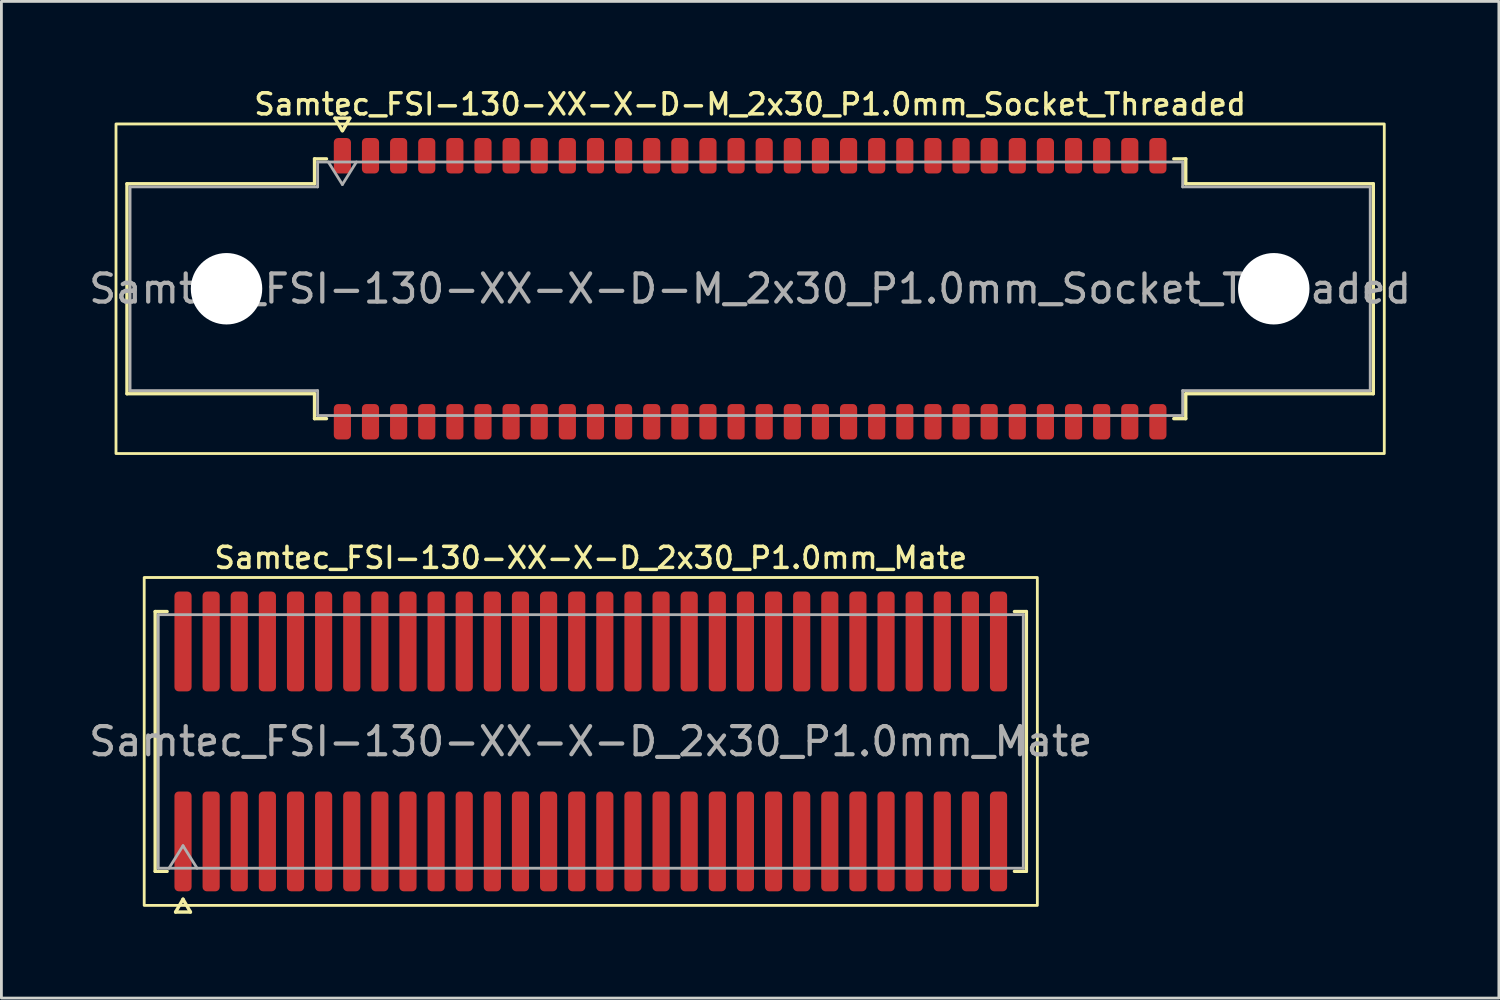
<source format=kicad_pcb>
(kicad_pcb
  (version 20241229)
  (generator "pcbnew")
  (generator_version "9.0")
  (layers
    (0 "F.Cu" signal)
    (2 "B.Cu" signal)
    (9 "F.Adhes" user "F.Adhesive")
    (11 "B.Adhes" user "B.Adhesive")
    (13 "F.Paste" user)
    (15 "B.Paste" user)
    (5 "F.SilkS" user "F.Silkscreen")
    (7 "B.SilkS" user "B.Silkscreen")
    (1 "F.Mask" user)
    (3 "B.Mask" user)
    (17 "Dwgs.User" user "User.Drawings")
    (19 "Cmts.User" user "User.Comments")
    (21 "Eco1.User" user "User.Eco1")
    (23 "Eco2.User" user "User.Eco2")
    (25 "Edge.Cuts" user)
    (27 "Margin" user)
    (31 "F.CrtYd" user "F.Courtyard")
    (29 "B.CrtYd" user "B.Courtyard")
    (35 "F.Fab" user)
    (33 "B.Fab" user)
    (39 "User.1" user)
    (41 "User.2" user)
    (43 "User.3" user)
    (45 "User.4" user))
  (footprint "Samtec_FSI-130-XX-X-D-M_2x30_P1.0mm_Socket_Threaded"
    (layer "F.Cu")
    (at 23.625 7.218)
    (property "Reference" "Samtec_FSI-130-XX-X-D-M_2x30_P1.0mm_Socket_Threaded" (at 0 -6.56 0) (layer "F.SilkS") (effects (font (size 0.75 0.75) (thickness 0.125))))
    (attr smd)
    (fp_line (start -22.16 -3.733) (end -15.49 -3.733) (stroke (width 0.12) (type solid)) (layer "F.SilkS"))
    (fp_line (start -22.16 3.733) (end -22.16 -3.733) (stroke (width 0.12) (type solid)) (layer "F.SilkS"))
    (fp_line (start -15.49 -4.619) (end -15.065 -4.619) (stroke (width 0.12) (type solid)) (layer "F.SilkS"))
    (fp_line (start -15.49 -3.733) (end -15.49 -4.619) (stroke (width 0.12) (type solid)) (layer "F.SilkS"))
    (fp_line (start -15.49 3.733) (end -22.16 3.733) (stroke (width 0.12) (type solid)) (layer "F.SilkS"))
    (fp_line (start -15.49 4.619) (end -15.49 3.733) (stroke (width 0.12) (type solid)) (layer "F.SilkS"))
    (fp_line (start -15.065 4.619) (end -15.49 4.619) (stroke (width 0.12) (type solid)) (layer "F.SilkS"))
    (fp_line (start -14.764 -6.066) (end -14.507 -5.62) (stroke (width 0.12) (type solid)) (layer "F.SilkS"))
    (fp_line (start -14.493 -5.62) (end -14.236 -6.066) (stroke (width 0.12) (type solid)) (layer "F.SilkS"))
    (fp_line (start -14.236 -6.066) (end -14.764 -6.066) (stroke (width 0.12) (type solid)) (layer "F.SilkS"))
    (fp_line (start 15.065 -4.619) (end 15.49 -4.619) (stroke (width 0.12) (type solid)) (layer "F.SilkS"))
    (fp_line (start 15.49 -4.619) (end 15.49 -3.733) (stroke (width 0.12) (type solid)) (layer "F.SilkS"))
    (fp_line (start 15.49 -3.733) (end 22.16 -3.733) (stroke (width 0.12) (type solid)) (layer "F.SilkS"))
    (fp_line (start 15.49 3.733) (end 15.49 4.619) (stroke (width 0.12) (type solid)) (layer "F.SilkS"))
    (fp_line (start 15.49 4.619) (end 15.065 4.619) (stroke (width 0.12) (type solid)) (layer "F.SilkS"))
    (fp_line (start 22.16 -3.733) (end 22.16 3.733) (stroke (width 0.12) (type solid)) (layer "F.SilkS"))
    (fp_line (start 22.16 3.733) (end 15.49 3.733) (stroke (width 0.12) (type solid)) (layer "F.SilkS"))
    (fp_rect (start -22.55 -5.86) (end 22.55 5.86) (stroke (width 0.1) (type solid)) (fill no) (layer "F.SilkS"))
    (fp_line (start -22.05 -3.623) (end -15.38 -3.623) (stroke (width 0.1) (type solid)) (layer "F.Fab"))
    (fp_line (start -22.05 3.623) (end -22.05 -3.623) (stroke (width 0.1) (type solid)) (layer "F.Fab"))
    (fp_line (start -15.38 -4.508) (end 15.38 -4.508) (stroke (width 0.1) (type solid)) (layer "F.Fab"))
    (fp_line (start -15.38 -3.623) (end -15.38 -4.508) (stroke (width 0.1) (type solid)) (layer "F.Fab"))
    (fp_line (start -15.38 3.623) (end -22.05 3.623) (stroke (width 0.1) (type solid)) (layer "F.Fab"))
    (fp_line (start -15.38 4.508) (end -15.38 3.623) (stroke (width 0.1) (type solid)) (layer "F.Fab"))
    (fp_line (start -15 -4.508) (end -14.5 -3.708) (stroke (width 0.1) (type solid)) (layer "F.Fab"))
    (fp_line (start -14.5 -3.708) (end -14 -4.508) (stroke (width 0.1) (type solid)) (layer "F.Fab"))
    (fp_line (start 15.38 -4.508) (end 15.38 -3.623) (stroke (width 0.1) (type solid)) (layer "F.Fab"))
    (fp_line (start 15.38 -3.623) (end 22.05 -3.623) (stroke (width 0.1) (type solid)) (layer "F.Fab"))
    (fp_line (start 15.38 3.623) (end 15.38 4.508) (stroke (width 0.1) (type solid)) (layer "F.Fab"))
    (fp_line (start 15.38 4.508) (end -15.38 4.508) (stroke (width 0.1) (type solid)) (layer "F.Fab"))
    (fp_line (start 22.05 -3.623) (end 22.05 3.623) (stroke (width 0.1) (type solid)) (layer "F.Fab"))
    (fp_line (start 22.05 3.623) (end 15.38 3.623) (stroke (width 0.1) (type solid)) (layer "F.Fab"))
    (fp_text user "${REFERENCE}" (at 0 0 0) (layer "F.Fab") (effects (font (size 1 1) (thickness 0.15))))
    (pad "" np_thru_hole circle (at -18.62 0) (size 2.54 2.54) (drill 2.54) (layers "*.Cu" "*.Mask"))
    (pad "" np_thru_hole circle (at 18.62 0) (size 2.54 2.54) (drill 2.54) (layers "*.Cu" "*.Mask"))
    (pad "1" smd roundrect (at -14.5 -4.73) (size 0.61 1.26) (layers "F.Cu" "F.Mask" "F.Paste") (roundrect_rratio 0.25))
    (pad "2" smd roundrect (at -14.5 4.73) (size 0.61 1.26) (layers "F.Cu" "F.Mask" "F.Paste") (roundrect_rratio 0.25))
    (pad "3" smd roundrect (at -13.5 -4.73) (size 0.61 1.26) (layers "F.Cu" "F.Mask" "F.Paste") (roundrect_rratio 0.25))
    (pad "4" smd roundrect (at -13.5 4.73) (size 0.61 1.26) (layers "F.Cu" "F.Mask" "F.Paste") (roundrect_rratio 0.25))
    (pad "5" smd roundrect (at -12.5 -4.73) (size 0.61 1.26) (layers "F.Cu" "F.Mask" "F.Paste") (roundrect_rratio 0.25))
    (pad "6" smd roundrect (at -12.5 4.73) (size 0.61 1.26) (layers "F.Cu" "F.Mask" "F.Paste") (roundrect_rratio 0.25))
    (pad "7" smd roundrect (at -11.5 -4.73) (size 0.61 1.26) (layers "F.Cu" "F.Mask" "F.Paste") (roundrect_rratio 0.25))
    (pad "8" smd roundrect (at -11.5 4.73) (size 0.61 1.26) (layers "F.Cu" "F.Mask" "F.Paste") (roundrect_rratio 0.25))
    (pad "9" smd roundrect (at -10.5 -4.73) (size 0.61 1.26) (layers "F.Cu" "F.Mask" "F.Paste") (roundrect_rratio 0.25))
    (pad "10" smd roundrect (at -10.5 4.73) (size 0.61 1.26) (layers "F.Cu" "F.Mask" "F.Paste") (roundrect_rratio 0.25))
    (pad "11" smd roundrect (at -9.5 -4.73) (size 0.61 1.26) (layers "F.Cu" "F.Mask" "F.Paste") (roundrect_rratio 0.25))
    (pad "12" smd roundrect (at -9.5 4.73) (size 0.61 1.26) (layers "F.Cu" "F.Mask" "F.Paste") (roundrect_rratio 0.25))
    (pad "13" smd roundrect (at -8.5 -4.73) (size 0.61 1.26) (layers "F.Cu" "F.Mask" "F.Paste") (roundrect_rratio 0.25))
    (pad "14" smd roundrect (at -8.5 4.73) (size 0.61 1.26) (layers "F.Cu" "F.Mask" "F.Paste") (roundrect_rratio 0.25))
    (pad "15" smd roundrect (at -7.5 -4.73) (size 0.61 1.26) (layers "F.Cu" "F.Mask" "F.Paste") (roundrect_rratio 0.25))
    (pad "16" smd roundrect (at -7.5 4.73) (size 0.61 1.26) (layers "F.Cu" "F.Mask" "F.Paste") (roundrect_rratio 0.25))
    (pad "17" smd roundrect (at -6.5 -4.73) (size 0.61 1.26) (layers "F.Cu" "F.Mask" "F.Paste") (roundrect_rratio 0.25))
    (pad "18" smd roundrect (at -6.5 4.73) (size 0.61 1.26) (layers "F.Cu" "F.Mask" "F.Paste") (roundrect_rratio 0.25))
    (pad "19" smd roundrect (at -5.5 -4.73) (size 0.61 1.26) (layers "F.Cu" "F.Mask" "F.Paste") (roundrect_rratio 0.25))
    (pad "20" smd roundrect (at -5.5 4.73) (size 0.61 1.26) (layers "F.Cu" "F.Mask" "F.Paste") (roundrect_rratio 0.25))
    (pad "21" smd roundrect (at -4.5 -4.73) (size 0.61 1.26) (layers "F.Cu" "F.Mask" "F.Paste") (roundrect_rratio 0.25))
    (pad "22" smd roundrect (at -4.5 4.73) (size 0.61 1.26) (layers "F.Cu" "F.Mask" "F.Paste") (roundrect_rratio 0.25))
    (pad "23" smd roundrect (at -3.5 -4.73) (size 0.61 1.26) (layers "F.Cu" "F.Mask" "F.Paste") (roundrect_rratio 0.25))
    (pad "24" smd roundrect (at -3.5 4.73) (size 0.61 1.26) (layers "F.Cu" "F.Mask" "F.Paste") (roundrect_rratio 0.25))
    (pad "25" smd roundrect (at -2.5 -4.73) (size 0.61 1.26) (layers "F.Cu" "F.Mask" "F.Paste") (roundrect_rratio 0.25))
    (pad "26" smd roundrect (at -2.5 4.73) (size 0.61 1.26) (layers "F.Cu" "F.Mask" "F.Paste") (roundrect_rratio 0.25))
    (pad "27" smd roundrect (at -1.5 -4.73) (size 0.61 1.26) (layers "F.Cu" "F.Mask" "F.Paste") (roundrect_rratio 0.25))
    (pad "28" smd roundrect (at -1.5 4.73) (size 0.61 1.26) (layers "F.Cu" "F.Mask" "F.Paste") (roundrect_rratio 0.25))
    (pad "29" smd roundrect (at -0.5 -4.73) (size 0.61 1.26) (layers "F.Cu" "F.Mask" "F.Paste") (roundrect_rratio 0.25))
    (pad "30" smd roundrect (at -0.5 4.73) (size 0.61 1.26) (layers "F.Cu" "F.Mask" "F.Paste") (roundrect_rratio 0.25))
    (pad "31" smd roundrect (at 0.5 -4.73) (size 0.61 1.26) (layers "F.Cu" "F.Mask" "F.Paste") (roundrect_rratio 0.25))
    (pad "32" smd roundrect (at 0.5 4.73) (size 0.61 1.26) (layers "F.Cu" "F.Mask" "F.Paste") (roundrect_rratio 0.25))
    (pad "33" smd roundrect (at 1.5 -4.73) (size 0.61 1.26) (layers "F.Cu" "F.Mask" "F.Paste") (roundrect_rratio 0.25))
    (pad "34" smd roundrect (at 1.5 4.73) (size 0.61 1.26) (layers "F.Cu" "F.Mask" "F.Paste") (roundrect_rratio 0.25))
    (pad "35" smd roundrect (at 2.5 -4.73) (size 0.61 1.26) (layers "F.Cu" "F.Mask" "F.Paste") (roundrect_rratio 0.25))
    (pad "36" smd roundrect (at 2.5 4.73) (size 0.61 1.26) (layers "F.Cu" "F.Mask" "F.Paste") (roundrect_rratio 0.25))
    (pad "37" smd roundrect (at 3.5 -4.73) (size 0.61 1.26) (layers "F.Cu" "F.Mask" "F.Paste") (roundrect_rratio 0.25))
    (pad "38" smd roundrect (at 3.5 4.73) (size 0.61 1.26) (layers "F.Cu" "F.Mask" "F.Paste") (roundrect_rratio 0.25))
    (pad "39" smd roundrect (at 4.5 -4.73) (size 0.61 1.26) (layers "F.Cu" "F.Mask" "F.Paste") (roundrect_rratio 0.25))
    (pad "40" smd roundrect (at 4.5 4.73) (size 0.61 1.26) (layers "F.Cu" "F.Mask" "F.Paste") (roundrect_rratio 0.25))
    (pad "41" smd roundrect (at 5.5 -4.73) (size 0.61 1.26) (layers "F.Cu" "F.Mask" "F.Paste") (roundrect_rratio 0.25))
    (pad "42" smd roundrect (at 5.5 4.73) (size 0.61 1.26) (layers "F.Cu" "F.Mask" "F.Paste") (roundrect_rratio 0.25))
    (pad "43" smd roundrect (at 6.5 -4.73) (size 0.61 1.26) (layers "F.Cu" "F.Mask" "F.Paste") (roundrect_rratio 0.25))
    (pad "44" smd roundrect (at 6.5 4.73) (size 0.61 1.26) (layers "F.Cu" "F.Mask" "F.Paste") (roundrect_rratio 0.25))
    (pad "45" smd roundrect (at 7.5 -4.73) (size 0.61 1.26) (layers "F.Cu" "F.Mask" "F.Paste") (roundrect_rratio 0.25))
    (pad "46" smd roundrect (at 7.5 4.73) (size 0.61 1.26) (layers "F.Cu" "F.Mask" "F.Paste") (roundrect_rratio 0.25))
    (pad "47" smd roundrect (at 8.5 -4.73) (size 0.61 1.26) (layers "F.Cu" "F.Mask" "F.Paste") (roundrect_rratio 0.25))
    (pad "48" smd roundrect (at 8.5 4.73) (size 0.61 1.26) (layers "F.Cu" "F.Mask" "F.Paste") (roundrect_rratio 0.25))
    (pad "49" smd roundrect (at 9.5 -4.73) (size 0.61 1.26) (layers "F.Cu" "F.Mask" "F.Paste") (roundrect_rratio 0.25))
    (pad "50" smd roundrect (at 9.5 4.73) (size 0.61 1.26) (layers "F.Cu" "F.Mask" "F.Paste") (roundrect_rratio 0.25))
    (pad "51" smd roundrect (at 10.5 -4.73) (size 0.61 1.26) (layers "F.Cu" "F.Mask" "F.Paste") (roundrect_rratio 0.25))
    (pad "52" smd roundrect (at 10.5 4.73) (size 0.61 1.26) (layers "F.Cu" "F.Mask" "F.Paste") (roundrect_rratio 0.25))
    (pad "53" smd roundrect (at 11.5 -4.73) (size 0.61 1.26) (layers "F.Cu" "F.Mask" "F.Paste") (roundrect_rratio 0.25))
    (pad "54" smd roundrect (at 11.5 4.73) (size 0.61 1.26) (layers "F.Cu" "F.Mask" "F.Paste") (roundrect_rratio 0.25))
    (pad "55" smd roundrect (at 12.5 -4.73) (size 0.61 1.26) (layers "F.Cu" "F.Mask" "F.Paste") (roundrect_rratio 0.25))
    (pad "56" smd roundrect (at 12.5 4.73) (size 0.61 1.26) (layers "F.Cu" "F.Mask" "F.Paste") (roundrect_rratio 0.25))
    (pad "57" smd roundrect (at 13.5 -4.73) (size 0.61 1.26) (layers "F.Cu" "F.Mask" "F.Paste") (roundrect_rratio 0.25))
    (pad "58" smd roundrect (at 13.5 4.73) (size 0.61 1.26) (layers "F.Cu" "F.Mask" "F.Paste") (roundrect_rratio 0.25))
    (pad "59" smd roundrect (at 14.5 -4.73) (size 0.61 1.26) (layers "F.Cu" "F.Mask" "F.Paste") (roundrect_rratio 0.25))
    (pad "60" smd roundrect (at 14.5 4.73) (size 0.61 1.26) (layers "F.Cu" "F.Mask" "F.Paste") (roundrect_rratio 0.25)))
  (footprint "Samtec_FSI-130-XX-X-D_2x30_P1.0mm_Mate"
    (layer "F.Cu")
    (at 17.958 23.316)
    (property "Reference" "Samtec_FSI-130-XX-X-D_2x30_P1.0mm_Mate" (at 0 -6.53 0) (layer "F.SilkS") (effects (font (size 0.75 0.75) (thickness 0.125))))
    (attr exclude_from_pos_files exclude_from_bom)
    (fp_line (start -15.49 -4.619) (end -15.065 -4.619) (stroke (width 0.12) (type solid)) (layer "F.SilkS"))
    (fp_line (start -15.49 4.619) (end -15.49 -4.619) (stroke (width 0.12) (type solid)) (layer "F.SilkS"))
    (fp_line (start -15.065 4.619) (end -15.49 4.619) (stroke (width 0.12) (type solid)) (layer "F.SilkS"))
    (fp_line (start -14.764 6.066) (end -14.5 5.609) (stroke (width 0.12) (type solid)) (layer "F.SilkS"))
    (fp_line (start -14.5 5.609) (end -14.236 6.066) (stroke (width 0.12) (type solid)) (layer "F.SilkS"))
    (fp_line (start -14.236 6.066) (end -14.764 6.066) (stroke (width 0.12) (type solid)) (layer "F.SilkS"))
    (fp_line (start 15.065 -4.619) (end 15.49 -4.619) (stroke (width 0.12) (type solid)) (layer "F.SilkS"))
    (fp_line (start 15.49 -4.619) (end 15.49 4.619) (stroke (width 0.12) (type solid)) (layer "F.SilkS"))
    (fp_line (start 15.49 4.619) (end 15.065 4.619) (stroke (width 0.12) (type solid)) (layer "F.SilkS"))
    (fp_rect (start -15.88 -5.83) (end 15.88 5.83) (stroke (width 0.1) (type solid)) (fill no) (layer "F.SilkS"))
    (fp_line (start -15.38 -4.508) (end 15.38 -4.508) (stroke (width 0.1) (type solid)) (layer "F.Fab"))
    (fp_line (start -15.38 4.508) (end -15.38 -4.508) (stroke (width 0.1) (type solid)) (layer "F.Fab"))
    (fp_line (start -15 4.508) (end -14.5 3.708) (stroke (width 0.1) (type solid)) (layer "F.Fab"))
    (fp_line (start -14.5 3.708) (end -14 4.508) (stroke (width 0.1) (type solid)) (layer "F.Fab"))
    (fp_line (start 15.38 -4.508) (end 15.38 4.508) (stroke (width 0.1) (type solid)) (layer "F.Fab"))
    (fp_line (start 15.38 4.508) (end -15.38 4.508) (stroke (width 0.1) (type solid)) (layer "F.Fab"))
    (fp_text user "${REFERENCE}" (at 0 0 0) (layer "F.Fab") (effects (font (size 1 1) (thickness 0.15))))
    (pad "1" smd roundrect (at -14.5 3.555) (size 0.61 3.55) (layers "F.Cu" "F.Mask") (roundrect_rratio 0.25))
    (pad "2" smd roundrect (at -14.5 -3.555) (size 0.61 3.55) (layers "F.Cu" "F.Mask") (roundrect_rratio 0.25))
    (pad "3" smd roundrect (at -13.5 3.555) (size 0.61 3.55) (layers "F.Cu" "F.Mask") (roundrect_rratio 0.25))
    (pad "4" smd roundrect (at -13.5 -3.555) (size 0.61 3.55) (layers "F.Cu" "F.Mask") (roundrect_rratio 0.25))
    (pad "5" smd roundrect (at -12.5 3.555) (size 0.61 3.55) (layers "F.Cu" "F.Mask") (roundrect_rratio 0.25))
    (pad "6" smd roundrect (at -12.5 -3.555) (size 0.61 3.55) (layers "F.Cu" "F.Mask") (roundrect_rratio 0.25))
    (pad "7" smd roundrect (at -11.5 3.555) (size 0.61 3.55) (layers "F.Cu" "F.Mask") (roundrect_rratio 0.25))
    (pad "8" smd roundrect (at -11.5 -3.555) (size 0.61 3.55) (layers "F.Cu" "F.Mask") (roundrect_rratio 0.25))
    (pad "9" smd roundrect (at -10.5 3.555) (size 0.61 3.55) (layers "F.Cu" "F.Mask") (roundrect_rratio 0.25))
    (pad "10" smd roundrect (at -10.5 -3.555) (size 0.61 3.55) (layers "F.Cu" "F.Mask") (roundrect_rratio 0.25))
    (pad "11" smd roundrect (at -9.5 3.555) (size 0.61 3.55) (layers "F.Cu" "F.Mask") (roundrect_rratio 0.25))
    (pad "12" smd roundrect (at -9.5 -3.555) (size 0.61 3.55) (layers "F.Cu" "F.Mask") (roundrect_rratio 0.25))
    (pad "13" smd roundrect (at -8.5 3.555) (size 0.61 3.55) (layers "F.Cu" "F.Mask") (roundrect_rratio 0.25))
    (pad "14" smd roundrect (at -8.5 -3.555) (size 0.61 3.55) (layers "F.Cu" "F.Mask") (roundrect_rratio 0.25))
    (pad "15" smd roundrect (at -7.5 3.555) (size 0.61 3.55) (layers "F.Cu" "F.Mask") (roundrect_rratio 0.25))
    (pad "16" smd roundrect (at -7.5 -3.555) (size 0.61 3.55) (layers "F.Cu" "F.Mask") (roundrect_rratio 0.25))
    (pad "17" smd roundrect (at -6.5 3.555) (size 0.61 3.55) (layers "F.Cu" "F.Mask") (roundrect_rratio 0.25))
    (pad "18" smd roundrect (at -6.5 -3.555) (size 0.61 3.55) (layers "F.Cu" "F.Mask") (roundrect_rratio 0.25))
    (pad "19" smd roundrect (at -5.5 3.555) (size 0.61 3.55) (layers "F.Cu" "F.Mask") (roundrect_rratio 0.25))
    (pad "20" smd roundrect (at -5.5 -3.555) (size 0.61 3.55) (layers "F.Cu" "F.Mask") (roundrect_rratio 0.25))
    (pad "21" smd roundrect (at -4.5 3.555) (size 0.61 3.55) (layers "F.Cu" "F.Mask") (roundrect_rratio 0.25))
    (pad "22" smd roundrect (at -4.5 -3.555) (size 0.61 3.55) (layers "F.Cu" "F.Mask") (roundrect_rratio 0.25))
    (pad "23" smd roundrect (at -3.5 3.555) (size 0.61 3.55) (layers "F.Cu" "F.Mask") (roundrect_rratio 0.25))
    (pad "24" smd roundrect (at -3.5 -3.555) (size 0.61 3.55) (layers "F.Cu" "F.Mask") (roundrect_rratio 0.25))
    (pad "25" smd roundrect (at -2.5 3.555) (size 0.61 3.55) (layers "F.Cu" "F.Mask") (roundrect_rratio 0.25))
    (pad "26" smd roundrect (at -2.5 -3.555) (size 0.61 3.55) (layers "F.Cu" "F.Mask") (roundrect_rratio 0.25))
    (pad "27" smd roundrect (at -1.5 3.555) (size 0.61 3.55) (layers "F.Cu" "F.Mask") (roundrect_rratio 0.25))
    (pad "28" smd roundrect (at -1.5 -3.555) (size 0.61 3.55) (layers "F.Cu" "F.Mask") (roundrect_rratio 0.25))
    (pad "29" smd roundrect (at -0.5 3.555) (size 0.61 3.55) (layers "F.Cu" "F.Mask") (roundrect_rratio 0.25))
    (pad "30" smd roundrect (at -0.5 -3.555) (size 0.61 3.55) (layers "F.Cu" "F.Mask") (roundrect_rratio 0.25))
    (pad "31" smd roundrect (at 0.5 3.555) (size 0.61 3.55) (layers "F.Cu" "F.Mask") (roundrect_rratio 0.25))
    (pad "32" smd roundrect (at 0.5 -3.555) (size 0.61 3.55) (layers "F.Cu" "F.Mask") (roundrect_rratio 0.25))
    (pad "33" smd roundrect (at 1.5 3.555) (size 0.61 3.55) (layers "F.Cu" "F.Mask") (roundrect_rratio 0.25))
    (pad "34" smd roundrect (at 1.5 -3.555) (size 0.61 3.55) (layers "F.Cu" "F.Mask") (roundrect_rratio 0.25))
    (pad "35" smd roundrect (at 2.5 3.555) (size 0.61 3.55) (layers "F.Cu" "F.Mask") (roundrect_rratio 0.25))
    (pad "36" smd roundrect (at 2.5 -3.555) (size 0.61 3.55) (layers "F.Cu" "F.Mask") (roundrect_rratio 0.25))
    (pad "37" smd roundrect (at 3.5 3.555) (size 0.61 3.55) (layers "F.Cu" "F.Mask") (roundrect_rratio 0.25))
    (pad "38" smd roundrect (at 3.5 -3.555) (size 0.61 3.55) (layers "F.Cu" "F.Mask") (roundrect_rratio 0.25))
    (pad "39" smd roundrect (at 4.5 3.555) (size 0.61 3.55) (layers "F.Cu" "F.Mask") (roundrect_rratio 0.25))
    (pad "40" smd roundrect (at 4.5 -3.555) (size 0.61 3.55) (layers "F.Cu" "F.Mask") (roundrect_rratio 0.25))
    (pad "41" smd roundrect (at 5.5 3.555) (size 0.61 3.55) (layers "F.Cu" "F.Mask") (roundrect_rratio 0.25))
    (pad "42" smd roundrect (at 5.5 -3.555) (size 0.61 3.55) (layers "F.Cu" "F.Mask") (roundrect_rratio 0.25))
    (pad "43" smd roundrect (at 6.5 3.555) (size 0.61 3.55) (layers "F.Cu" "F.Mask") (roundrect_rratio 0.25))
    (pad "44" smd roundrect (at 6.5 -3.555) (size 0.61 3.55) (layers "F.Cu" "F.Mask") (roundrect_rratio 0.25))
    (pad "45" smd roundrect (at 7.5 3.555) (size 0.61 3.55) (layers "F.Cu" "F.Mask") (roundrect_rratio 0.25))
    (pad "46" smd roundrect (at 7.5 -3.555) (size 0.61 3.55) (layers "F.Cu" "F.Mask") (roundrect_rratio 0.25))
    (pad "47" smd roundrect (at 8.5 3.555) (size 0.61 3.55) (layers "F.Cu" "F.Mask") (roundrect_rratio 0.25))
    (pad "48" smd roundrect (at 8.5 -3.555) (size 0.61 3.55) (layers "F.Cu" "F.Mask") (roundrect_rratio 0.25))
    (pad "49" smd roundrect (at 9.5 3.555) (size 0.61 3.55) (layers "F.Cu" "F.Mask") (roundrect_rratio 0.25))
    (pad "50" smd roundrect (at 9.5 -3.555) (size 0.61 3.55) (layers "F.Cu" "F.Mask") (roundrect_rratio 0.25))
    (pad "51" smd roundrect (at 10.5 3.555) (size 0.61 3.55) (layers "F.Cu" "F.Mask") (roundrect_rratio 0.25))
    (pad "52" smd roundrect (at 10.5 -3.555) (size 0.61 3.55) (layers "F.Cu" "F.Mask") (roundrect_rratio 0.25))
    (pad "53" smd roundrect (at 11.5 3.555) (size 0.61 3.55) (layers "F.Cu" "F.Mask") (roundrect_rratio 0.25))
    (pad "54" smd roundrect (at 11.5 -3.555) (size 0.61 3.55) (layers "F.Cu" "F.Mask") (roundrect_rratio 0.25))
    (pad "55" smd roundrect (at 12.5 3.555) (size 0.61 3.55) (layers "F.Cu" "F.Mask") (roundrect_rratio 0.25))
    (pad "56" smd roundrect (at 12.5 -3.555) (size 0.61 3.55) (layers "F.Cu" "F.Mask") (roundrect_rratio 0.25))
    (pad "57" smd roundrect (at 13.5 3.555) (size 0.61 3.55) (layers "F.Cu" "F.Mask") (roundrect_rratio 0.25))
    (pad "58" smd roundrect (at 13.5 -3.555) (size 0.61 3.55) (layers "F.Cu" "F.Mask") (roundrect_rratio 0.25))
    (pad "59" smd roundrect (at 14.5 3.555) (size 0.61 3.55) (layers "F.Cu" "F.Mask") (roundrect_rratio 0.25))
    (pad "60" smd roundrect (at 14.5 -3.555) (size 0.61 3.55) (layers "F.Cu" "F.Mask") (roundrect_rratio 0.25)))
  (gr_rect
    (start -3 -3)
    (end 50.25 32.442)
    (stroke (width 0.1) (type default))
    (fill no)
    (layer "Edge.Cuts")))
</source>
